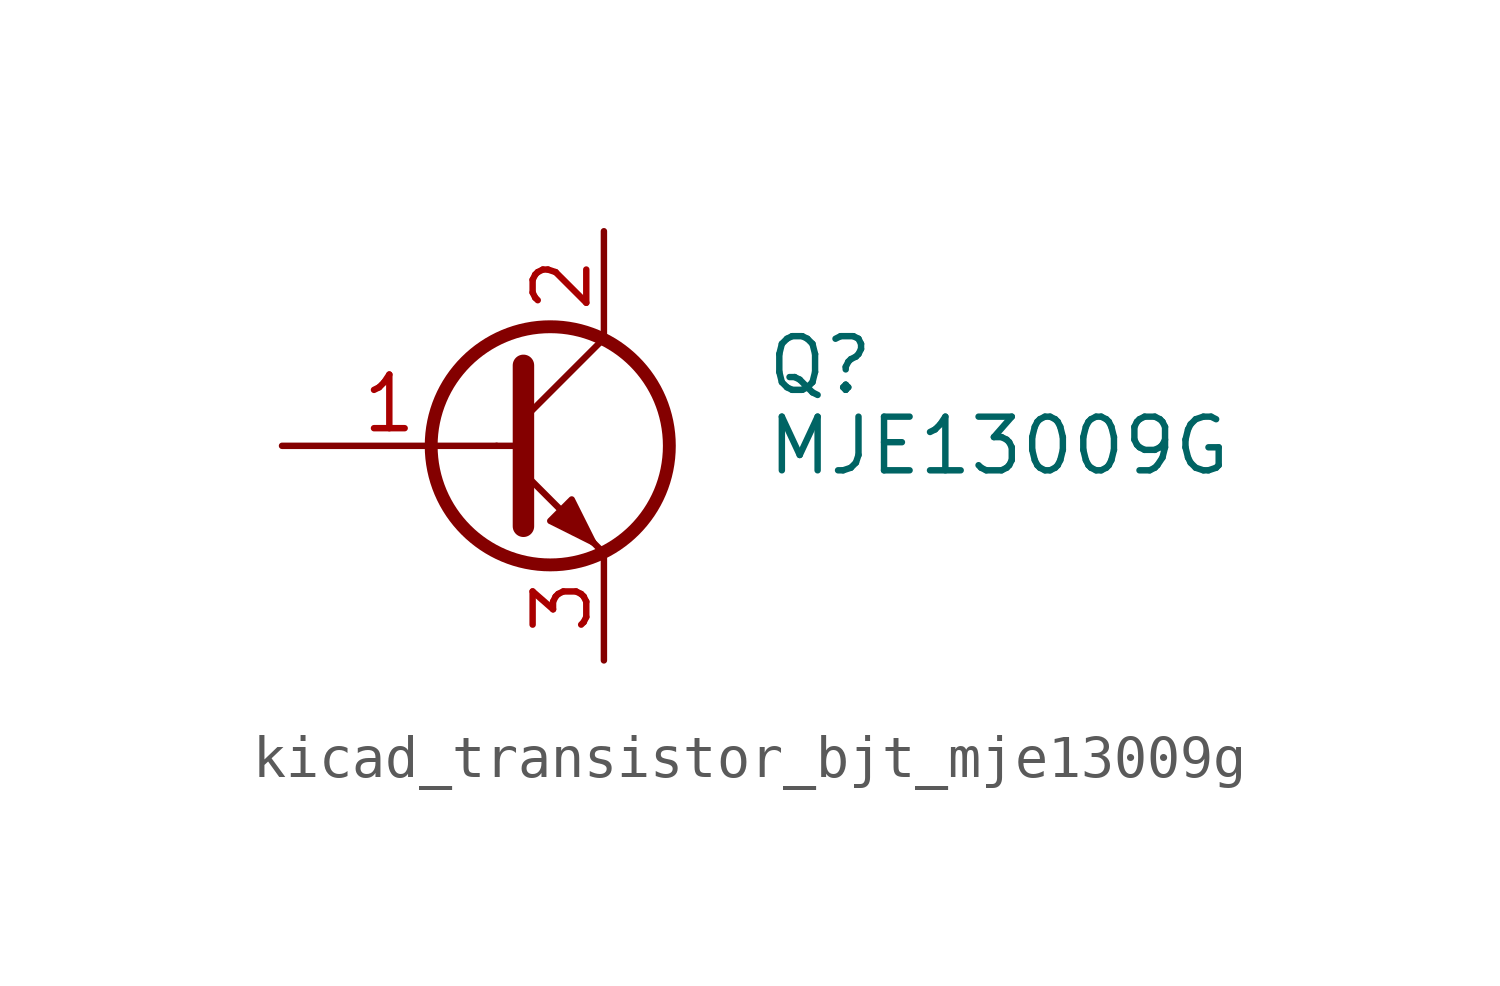
<source format=kicad_sym>
(kicad_symbol_lib
  (version 20220914)
  (generator kicad_symbol_editor)
  (symbol "kicad_transistor_bjt_mje13009g"
    (pin_names
      (offset 0) hide)
    (property "Reference" "Q"
      (at 6.35 1.905 0)
      (effects (font (size 1.27 1.27)) (justify left)))
    (property "Value" "MJE13009G"
      (at 6.35 0 0)
      (effects (font (size 1.27 1.27)) (justify left)))
    (symbol "kicad_transistor_bjt_mje13009g_0_1"
      (polyline (pts (xy 0 0) (xy 0.635 0)) (stroke (width 0) (type default)) (fill (type none)))
      (polyline (pts (xy 2.54 2.54) (xy 0.635 0.635)) (stroke (width 0) (type default)) (fill (type none)))
      (polyline (pts (xy 0.635 1.905) (xy 0.635 -1.905) (xy 0.635 -1.905)) (stroke (width 0.508) (type default)) (fill (type none)))
      (polyline (pts (xy 2.286 -2.286) (xy 1.778 -1.778) (xy 1.778 -1.778)) (stroke (width 0) (type default)) (fill (type none)))
      (polyline (pts (xy 2.54 -2.54) (xy 0.635 -0.635) (xy 1.27 -1.27)) (stroke (width 0) (type default)) (fill (type outline)))
      (polyline (pts (xy 1.27 -1.778) (xy 1.778 -1.27) (xy 2.286 -2.286) (xy 1.27 -1.778) (xy 1.27 -1.778)) (stroke (width 0) (type default)) (fill (type outline)))
      (circle (center 1.27 0) (radius 2.819) (stroke (width 0.305) (type default)) (fill (type none))))
    (symbol "kicad_transistor_bjt_mje13009g_1_1"
      (pin input line (at -5.08 0 0) (length 5.08) (name "B" (effects (font (size 1.27 1.27)))) (number "1" (effects (font (size 1.27 1.27)))))
      (pin passive line (at 2.54 5.08 270) (length 2.54) (name "C" (effects (font (size 1.27 1.27)))) (number "2" (effects (font (size 1.27 1.27)))))
      (pin passive line (at 2.54 -5.08 90) (length 2.54) (name "E" (effects (font (size 1.27 1.27)))) (number "3" (effects (font (size 1.27 1.27))))))))
</source>
